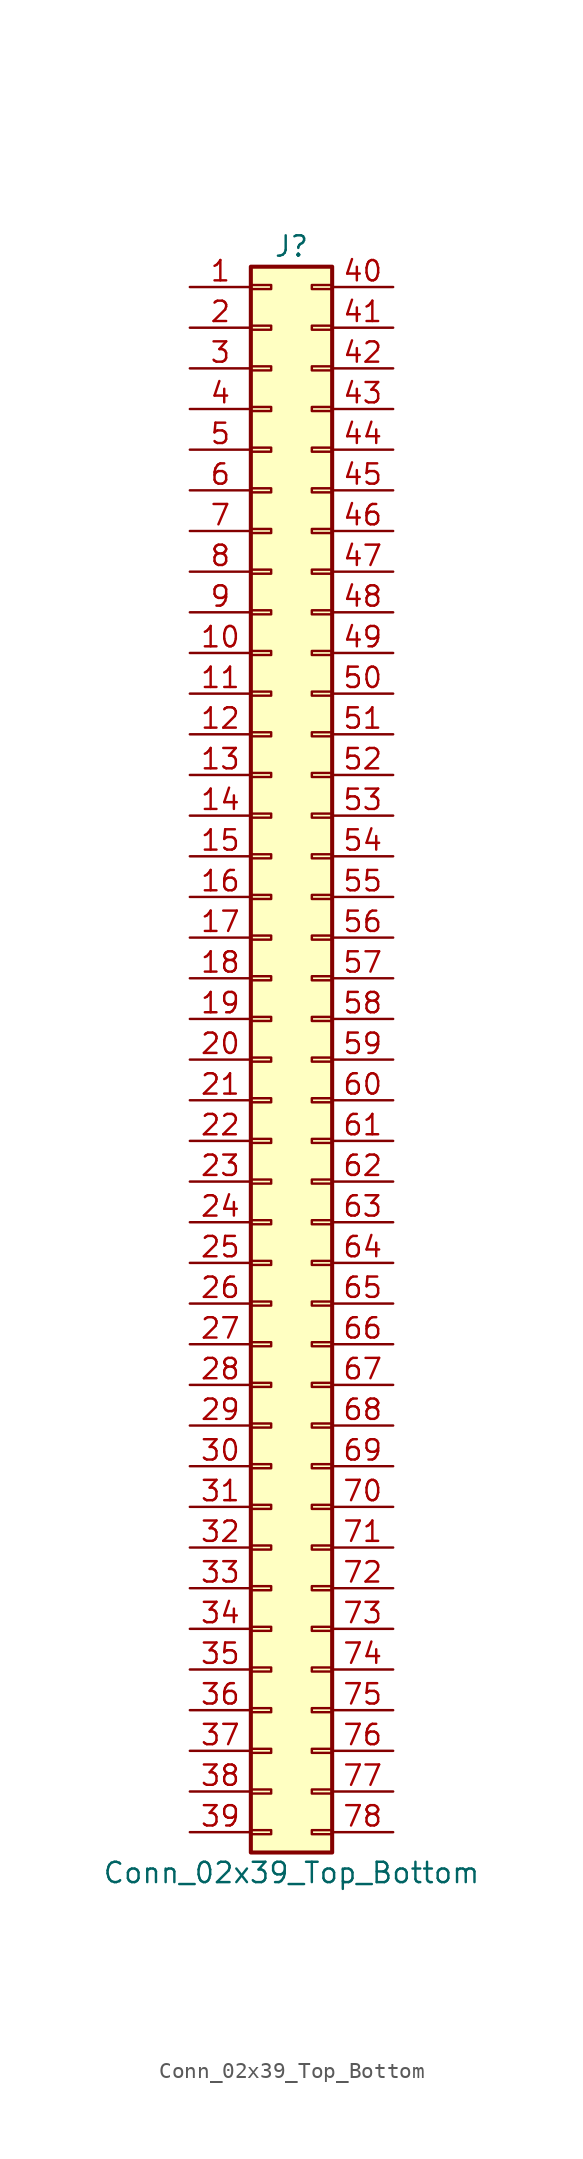
<source format=kicad_sym>
(kicad_symbol_lib
  (version 20220914)
  (generator kicad_symbol_editor)
  (symbol "Conn_02x39_Top_Bottom"
    (pin_names
      (offset 1.016) hide)
    (property "Reference" "J"
      (at 1.27 50.8 0)
      (effects (font (size 1.27 1.27))))
    (property "Value" "Conn_02x39_Top_Bottom"
      (at 1.27 -50.8 0)
      (effects (font (size 1.27 1.27))))
    (symbol "Conn_02x39_Top_Bottom_1_1"
      (rectangle (start -1.27 -48.133) (end 0 -48.387) (stroke (width 0.152) (type default)) (fill (type none)))
      (rectangle (start -1.27 -45.593) (end 0 -45.847) (stroke (width 0.152) (type default)) (fill (type none)))
      (rectangle (start -1.27 -43.053) (end 0 -43.307) (stroke (width 0.152) (type default)) (fill (type none)))
      (rectangle (start -1.27 -40.513) (end 0 -40.767) (stroke (width 0.152) (type default)) (fill (type none)))
      (rectangle (start -1.27 -37.973) (end 0 -38.227) (stroke (width 0.152) (type default)) (fill (type none)))
      (rectangle (start -1.27 -35.433) (end 0 -35.687) (stroke (width 0.152) (type default)) (fill (type none)))
      (rectangle (start -1.27 -32.893) (end 0 -33.147) (stroke (width 0.152) (type default)) (fill (type none)))
      (rectangle (start -1.27 -30.353) (end 0 -30.607) (stroke (width 0.152) (type default)) (fill (type none)))
      (rectangle (start -1.27 -27.813) (end 0 -28.067) (stroke (width 0.152) (type default)) (fill (type none)))
      (rectangle (start -1.27 -25.273) (end 0 -25.527) (stroke (width 0.152) (type default)) (fill (type none)))
      (rectangle (start -1.27 -22.733) (end 0 -22.987) (stroke (width 0.152) (type default)) (fill (type none)))
      (rectangle (start -1.27 -20.193) (end 0 -20.447) (stroke (width 0.152) (type default)) (fill (type none)))
      (rectangle (start -1.27 -17.653) (end 0 -17.907) (stroke (width 0.152) (type default)) (fill (type none)))
      (rectangle (start -1.27 -15.113) (end 0 -15.367) (stroke (width 0.152) (type default)) (fill (type none)))
      (rectangle (start -1.27 -12.573) (end 0 -12.827) (stroke (width 0.152) (type default)) (fill (type none)))
      (rectangle (start -1.27 -10.033) (end 0 -10.287) (stroke (width 0.152) (type default)) (fill (type none)))
      (rectangle (start -1.27 -7.493) (end 0 -7.747) (stroke (width 0.152) (type default)) (fill (type none)))
      (rectangle (start -1.27 -4.953) (end 0 -5.207) (stroke (width 0.152) (type default)) (fill (type none)))
      (rectangle (start -1.27 -2.413) (end 0 -2.667) (stroke (width 0.152) (type default)) (fill (type none)))
      (rectangle (start -1.27 0.127) (end 0 -0.127) (stroke (width 0.152) (type default)) (fill (type none)))
      (rectangle (start -1.27 2.667) (end 0 2.413) (stroke (width 0.152) (type default)) (fill (type none)))
      (rectangle (start -1.27 5.207) (end 0 4.953) (stroke (width 0.152) (type default)) (fill (type none)))
      (rectangle (start -1.27 7.747) (end 0 7.493) (stroke (width 0.152) (type default)) (fill (type none)))
      (rectangle (start -1.27 10.287) (end 0 10.033) (stroke (width 0.152) (type default)) (fill (type none)))
      (rectangle (start -1.27 12.827) (end 0 12.573) (stroke (width 0.152) (type default)) (fill (type none)))
      (rectangle (start -1.27 15.367) (end 0 15.113) (stroke (width 0.152) (type default)) (fill (type none)))
      (rectangle (start -1.27 17.907) (end 0 17.653) (stroke (width 0.152) (type default)) (fill (type none)))
      (rectangle (start -1.27 20.447) (end 0 20.193) (stroke (width 0.152) (type default)) (fill (type none)))
      (rectangle (start -1.27 22.987) (end 0 22.733) (stroke (width 0.152) (type default)) (fill (type none)))
      (rectangle (start -1.27 25.527) (end 0 25.273) (stroke (width 0.152) (type default)) (fill (type none)))
      (rectangle (start -1.27 28.067) (end 0 27.813) (stroke (width 0.152) (type default)) (fill (type none)))
      (rectangle (start -1.27 30.607) (end 0 30.353) (stroke (width 0.152) (type default)) (fill (type none)))
      (rectangle (start -1.27 33.147) (end 0 32.893) (stroke (width 0.152) (type default)) (fill (type none)))
      (rectangle (start -1.27 35.687) (end 0 35.433) (stroke (width 0.152) (type default)) (fill (type none)))
      (rectangle (start -1.27 38.227) (end 0 37.973) (stroke (width 0.152) (type default)) (fill (type none)))
      (rectangle (start -1.27 40.767) (end 0 40.513) (stroke (width 0.152) (type default)) (fill (type none)))
      (rectangle (start -1.27 43.307) (end 0 43.053) (stroke (width 0.152) (type default)) (fill (type none)))
      (rectangle (start -1.27 45.847) (end 0 45.593) (stroke (width 0.152) (type default)) (fill (type none)))
      (rectangle (start -1.27 48.387) (end 0 48.133) (stroke (width 0.152) (type default)) (fill (type none)))
      (rectangle (start -1.27 49.53) (end 3.81 -49.53) (stroke (width 0.254) (type default)) (fill (type background)))
      (rectangle (start 3.81 -48.133) (end 2.54 -48.387) (stroke (width 0.152) (type default)) (fill (type none)))
      (rectangle (start 3.81 -45.593) (end 2.54 -45.847) (stroke (width 0.152) (type default)) (fill (type none)))
      (rectangle (start 3.81 -43.053) (end 2.54 -43.307) (stroke (width 0.152) (type default)) (fill (type none)))
      (rectangle (start 3.81 -40.513) (end 2.54 -40.767) (stroke (width 0.152) (type default)) (fill (type none)))
      (rectangle (start 3.81 -37.973) (end 2.54 -38.227) (stroke (width 0.152) (type default)) (fill (type none)))
      (rectangle (start 3.81 -35.433) (end 2.54 -35.687) (stroke (width 0.152) (type default)) (fill (type none)))
      (rectangle (start 3.81 -32.893) (end 2.54 -33.147) (stroke (width 0.152) (type default)) (fill (type none)))
      (rectangle (start 3.81 -30.353) (end 2.54 -30.607) (stroke (width 0.152) (type default)) (fill (type none)))
      (rectangle (start 3.81 -27.813) (end 2.54 -28.067) (stroke (width 0.152) (type default)) (fill (type none)))
      (rectangle (start 3.81 -25.273) (end 2.54 -25.527) (stroke (width 0.152) (type default)) (fill (type none)))
      (rectangle (start 3.81 -22.733) (end 2.54 -22.987) (stroke (width 0.152) (type default)) (fill (type none)))
      (rectangle (start 3.81 -20.193) (end 2.54 -20.447) (stroke (width 0.152) (type default)) (fill (type none)))
      (rectangle (start 3.81 -17.653) (end 2.54 -17.907) (stroke (width 0.152) (type default)) (fill (type none)))
      (rectangle (start 3.81 -15.113) (end 2.54 -15.367) (stroke (width 0.152) (type default)) (fill (type none)))
      (rectangle (start 3.81 -12.573) (end 2.54 -12.827) (stroke (width 0.152) (type default)) (fill (type none)))
      (rectangle (start 3.81 -10.033) (end 2.54 -10.287) (stroke (width 0.152) (type default)) (fill (type none)))
      (rectangle (start 3.81 -7.493) (end 2.54 -7.747) (stroke (width 0.152) (type default)) (fill (type none)))
      (rectangle (start 3.81 -4.953) (end 2.54 -5.207) (stroke (width 0.152) (type default)) (fill (type none)))
      (rectangle (start 3.81 -2.413) (end 2.54 -2.667) (stroke (width 0.152) (type default)) (fill (type none)))
      (rectangle (start 3.81 0.127) (end 2.54 -0.127) (stroke (width 0.152) (type default)) (fill (type none)))
      (rectangle (start 3.81 2.667) (end 2.54 2.413) (stroke (width 0.152) (type default)) (fill (type none)))
      (rectangle (start 3.81 5.207) (end 2.54 4.953) (stroke (width 0.152) (type default)) (fill (type none)))
      (rectangle (start 3.81 7.747) (end 2.54 7.493) (stroke (width 0.152) (type default)) (fill (type none)))
      (rectangle (start 3.81 10.287) (end 2.54 10.033) (stroke (width 0.152) (type default)) (fill (type none)))
      (rectangle (start 3.81 12.827) (end 2.54 12.573) (stroke (width 0.152) (type default)) (fill (type none)))
      (rectangle (start 3.81 15.367) (end 2.54 15.113) (stroke (width 0.152) (type default)) (fill (type none)))
      (rectangle (start 3.81 17.907) (end 2.54 17.653) (stroke (width 0.152) (type default)) (fill (type none)))
      (rectangle (start 3.81 20.447) (end 2.54 20.193) (stroke (width 0.152) (type default)) (fill (type none)))
      (rectangle (start 3.81 22.987) (end 2.54 22.733) (stroke (width 0.152) (type default)) (fill (type none)))
      (rectangle (start 3.81 25.527) (end 2.54 25.273) (stroke (width 0.152) (type default)) (fill (type none)))
      (rectangle (start 3.81 28.067) (end 2.54 27.813) (stroke (width 0.152) (type default)) (fill (type none)))
      (rectangle (start 3.81 30.607) (end 2.54 30.353) (stroke (width 0.152) (type default)) (fill (type none)))
      (rectangle (start 3.81 33.147) (end 2.54 32.893) (stroke (width 0.152) (type default)) (fill (type none)))
      (rectangle (start 3.81 35.687) (end 2.54 35.433) (stroke (width 0.152) (type default)) (fill (type none)))
      (rectangle (start 3.81 38.227) (end 2.54 37.973) (stroke (width 0.152) (type default)) (fill (type none)))
      (rectangle (start 3.81 40.767) (end 2.54 40.513) (stroke (width 0.152) (type default)) (fill (type none)))
      (rectangle (start 3.81 43.307) (end 2.54 43.053) (stroke (width 0.152) (type default)) (fill (type none)))
      (rectangle (start 3.81 45.847) (end 2.54 45.593) (stroke (width 0.152) (type default)) (fill (type none)))
      (rectangle (start 3.81 48.387) (end 2.54 48.133) (stroke (width 0.152) (type default)) (fill (type none)))
      (pin passive line (at -5.08 48.26 0) (length 3.81) (name "Pin_1" (effects (font (size 1.27 1.27)))) (number "1" (effects (font (size 1.27 1.27)))))
      (pin passive line (at -5.08 25.4 0) (length 3.81) (name "Pin_10" (effects (font (size 1.27 1.27)))) (number "10" (effects (font (size 1.27 1.27)))))
      (pin passive line (at -5.08 22.86 0) (length 3.81) (name "Pin_11" (effects (font (size 1.27 1.27)))) (number "11" (effects (font (size 1.27 1.27)))))
      (pin passive line (at -5.08 20.32 0) (length 3.81) (name "Pin_12" (effects (font (size 1.27 1.27)))) (number "12" (effects (font (size 1.27 1.27)))))
      (pin passive line (at -5.08 17.78 0) (length 3.81) (name "Pin_13" (effects (font (size 1.27 1.27)))) (number "13" (effects (font (size 1.27 1.27)))))
      (pin passive line (at -5.08 15.24 0) (length 3.81) (name "Pin_14" (effects (font (size 1.27 1.27)))) (number "14" (effects (font (size 1.27 1.27)))))
      (pin passive line (at -5.08 12.7 0) (length 3.81) (name "Pin_15" (effects (font (size 1.27 1.27)))) (number "15" (effects (font (size 1.27 1.27)))))
      (pin passive line (at -5.08 10.16 0) (length 3.81) (name "Pin_16" (effects (font (size 1.27 1.27)))) (number "16" (effects (font (size 1.27 1.27)))))
      (pin passive line (at -5.08 7.62 0) (length 3.81) (name "Pin_17" (effects (font (size 1.27 1.27)))) (number "17" (effects (font (size 1.27 1.27)))))
      (pin passive line (at -5.08 5.08 0) (length 3.81) (name "Pin_18" (effects (font (size 1.27 1.27)))) (number "18" (effects (font (size 1.27 1.27)))))
      (pin passive line (at -5.08 2.54 0) (length 3.81) (name "Pin_19" (effects (font (size 1.27 1.27)))) (number "19" (effects (font (size 1.27 1.27)))))
      (pin passive line (at -5.08 45.72 0) (length 3.81) (name "Pin_2" (effects (font (size 1.27 1.27)))) (number "2" (effects (font (size 1.27 1.27)))))
      (pin passive line (at -5.08 0 0) (length 3.81) (name "Pin_20" (effects (font (size 1.27 1.27)))) (number "20" (effects (font (size 1.27 1.27)))))
      (pin passive line (at -5.08 -2.54 0) (length 3.81) (name "Pin_21" (effects (font (size 1.27 1.27)))) (number "21" (effects (font (size 1.27 1.27)))))
      (pin passive line (at -5.08 -5.08 0) (length 3.81) (name "Pin_22" (effects (font (size 1.27 1.27)))) (number "22" (effects (font (size 1.27 1.27)))))
      (pin passive line (at -5.08 -7.62 0) (length 3.81) (name "Pin_23" (effects (font (size 1.27 1.27)))) (number "23" (effects (font (size 1.27 1.27)))))
      (pin passive line (at -5.08 -10.16 0) (length 3.81) (name "Pin_24" (effects (font (size 1.27 1.27)))) (number "24" (effects (font (size 1.27 1.27)))))
      (pin passive line (at -5.08 -12.7 0) (length 3.81) (name "Pin_25" (effects (font (size 1.27 1.27)))) (number "25" (effects (font (size 1.27 1.27)))))
      (pin passive line (at -5.08 -15.24 0) (length 3.81) (name "Pin_26" (effects (font (size 1.27 1.27)))) (number "26" (effects (font (size 1.27 1.27)))))
      (pin passive line (at -5.08 -17.78 0) (length 3.81) (name "Pin_27" (effects (font (size 1.27 1.27)))) (number "27" (effects (font (size 1.27 1.27)))))
      (pin passive line (at -5.08 -20.32 0) (length 3.81) (name "Pin_28" (effects (font (size 1.27 1.27)))) (number "28" (effects (font (size 1.27 1.27)))))
      (pin passive line (at -5.08 -22.86 0) (length 3.81) (name "Pin_29" (effects (font (size 1.27 1.27)))) (number "29" (effects (font (size 1.27 1.27)))))
      (pin passive line (at -5.08 43.18 0) (length 3.81) (name "Pin_3" (effects (font (size 1.27 1.27)))) (number "3" (effects (font (size 1.27 1.27)))))
      (pin passive line (at -5.08 -25.4 0) (length 3.81) (name "Pin_30" (effects (font (size 1.27 1.27)))) (number "30" (effects (font (size 1.27 1.27)))))
      (pin passive line (at -5.08 -27.94 0) (length 3.81) (name "Pin_31" (effects (font (size 1.27 1.27)))) (number "31" (effects (font (size 1.27 1.27)))))
      (pin passive line (at -5.08 -30.48 0) (length 3.81) (name "Pin_32" (effects (font (size 1.27 1.27)))) (number "32" (effects (font (size 1.27 1.27)))))
      (pin passive line (at -5.08 -33.02 0) (length 3.81) (name "Pin_33" (effects (font (size 1.27 1.27)))) (number "33" (effects (font (size 1.27 1.27)))))
      (pin passive line (at -5.08 -35.56 0) (length 3.81) (name "Pin_34" (effects (font (size 1.27 1.27)))) (number "34" (effects (font (size 1.27 1.27)))))
      (pin passive line (at -5.08 -38.1 0) (length 3.81) (name "Pin_35" (effects (font (size 1.27 1.27)))) (number "35" (effects (font (size 1.27 1.27)))))
      (pin passive line (at -5.08 -40.64 0) (length 3.81) (name "Pin_36" (effects (font (size 1.27 1.27)))) (number "36" (effects (font (size 1.27 1.27)))))
      (pin passive line (at -5.08 -43.18 0) (length 3.81) (name "Pin_37" (effects (font (size 1.27 1.27)))) (number "37" (effects (font (size 1.27 1.27)))))
      (pin passive line (at -5.08 -45.72 0) (length 3.81) (name "Pin_38" (effects (font (size 1.27 1.27)))) (number "38" (effects (font (size 1.27 1.27)))))
      (pin passive line (at -5.08 -48.26 0) (length 3.81) (name "Pin_39" (effects (font (size 1.27 1.27)))) (number "39" (effects (font (size 1.27 1.27)))))
      (pin passive line (at -5.08 40.64 0) (length 3.81) (name "Pin_4" (effects (font (size 1.27 1.27)))) (number "4" (effects (font (size 1.27 1.27)))))
      (pin passive line (at 7.62 48.26 180) (length 3.81) (name "Pin_40" (effects (font (size 1.27 1.27)))) (number "40" (effects (font (size 1.27 1.27)))))
      (pin passive line (at 7.62 45.72 180) (length 3.81) (name "Pin_41" (effects (font (size 1.27 1.27)))) (number "41" (effects (font (size 1.27 1.27)))))
      (pin passive line (at 7.62 43.18 180) (length 3.81) (name "Pin_42" (effects (font (size 1.27 1.27)))) (number "42" (effects (font (size 1.27 1.27)))))
      (pin passive line (at 7.62 40.64 180) (length 3.81) (name "Pin_43" (effects (font (size 1.27 1.27)))) (number "43" (effects (font (size 1.27 1.27)))))
      (pin passive line (at 7.62 38.1 180) (length 3.81) (name "Pin_44" (effects (font (size 1.27 1.27)))) (number "44" (effects (font (size 1.27 1.27)))))
      (pin passive line (at 7.62 35.56 180) (length 3.81) (name "Pin_45" (effects (font (size 1.27 1.27)))) (number "45" (effects (font (size 1.27 1.27)))))
      (pin passive line (at 7.62 33.02 180) (length 3.81) (name "Pin_46" (effects (font (size 1.27 1.27)))) (number "46" (effects (font (size 1.27 1.27)))))
      (pin passive line (at 7.62 30.48 180) (length 3.81) (name "Pin_47" (effects (font (size 1.27 1.27)))) (number "47" (effects (font (size 1.27 1.27)))))
      (pin passive line (at 7.62 27.94 180) (length 3.81) (name "Pin_48" (effects (font (size 1.27 1.27)))) (number "48" (effects (font (size 1.27 1.27)))))
      (pin passive line (at 7.62 25.4 180) (length 3.81) (name "Pin_49" (effects (font (size 1.27 1.27)))) (number "49" (effects (font (size 1.27 1.27)))))
      (pin passive line (at -5.08 38.1 0) (length 3.81) (name "Pin_5" (effects (font (size 1.27 1.27)))) (number "5" (effects (font (size 1.27 1.27)))))
      (pin passive line (at 7.62 22.86 180) (length 3.81) (name "Pin_50" (effects (font (size 1.27 1.27)))) (number "50" (effects (font (size 1.27 1.27)))))
      (pin passive line (at 7.62 20.32 180) (length 3.81) (name "Pin_51" (effects (font (size 1.27 1.27)))) (number "51" (effects (font (size 1.27 1.27)))))
      (pin passive line (at 7.62 17.78 180) (length 3.81) (name "Pin_52" (effects (font (size 1.27 1.27)))) (number "52" (effects (font (size 1.27 1.27)))))
      (pin passive line (at 7.62 15.24 180) (length 3.81) (name "Pin_53" (effects (font (size 1.27 1.27)))) (number "53" (effects (font (size 1.27 1.27)))))
      (pin passive line (at 7.62 12.7 180) (length 3.81) (name "Pin_54" (effects (font (size 1.27 1.27)))) (number "54" (effects (font (size 1.27 1.27)))))
      (pin passive line (at 7.62 10.16 180) (length 3.81) (name "Pin_55" (effects (font (size 1.27 1.27)))) (number "55" (effects (font (size 1.27 1.27)))))
      (pin passive line (at 7.62 7.62 180) (length 3.81) (name "Pin_56" (effects (font (size 1.27 1.27)))) (number "56" (effects (font (size 1.27 1.27)))))
      (pin passive line (at 7.62 5.08 180) (length 3.81) (name "Pin_57" (effects (font (size 1.27 1.27)))) (number "57" (effects (font (size 1.27 1.27)))))
      (pin passive line (at 7.62 2.54 180) (length 3.81) (name "Pin_58" (effects (font (size 1.27 1.27)))) (number "58" (effects (font (size 1.27 1.27)))))
      (pin passive line (at 7.62 0 180) (length 3.81) (name "Pin_59" (effects (font (size 1.27 1.27)))) (number "59" (effects (font (size 1.27 1.27)))))
      (pin passive line (at -5.08 35.56 0) (length 3.81) (name "Pin_6" (effects (font (size 1.27 1.27)))) (number "6" (effects (font (size 1.27 1.27)))))
      (pin passive line (at 7.62 -2.54 180) (length 3.81) (name "Pin_60" (effects (font (size 1.27 1.27)))) (number "60" (effects (font (size 1.27 1.27)))))
      (pin passive line (at 7.62 -5.08 180) (length 3.81) (name "Pin_61" (effects (font (size 1.27 1.27)))) (number "61" (effects (font (size 1.27 1.27)))))
      (pin passive line (at 7.62 -7.62 180) (length 3.81) (name "Pin_62" (effects (font (size 1.27 1.27)))) (number "62" (effects (font (size 1.27 1.27)))))
      (pin passive line (at 7.62 -10.16 180) (length 3.81) (name "Pin_63" (effects (font (size 1.27 1.27)))) (number "63" (effects (font (size 1.27 1.27)))))
      (pin passive line (at 7.62 -12.7 180) (length 3.81) (name "Pin_64" (effects (font (size 1.27 1.27)))) (number "64" (effects (font (size 1.27 1.27)))))
      (pin passive line (at 7.62 -15.24 180) (length 3.81) (name "Pin_65" (effects (font (size 1.27 1.27)))) (number "65" (effects (font (size 1.27 1.27)))))
      (pin passive line (at 7.62 -17.78 180) (length 3.81) (name "Pin_66" (effects (font (size 1.27 1.27)))) (number "66" (effects (font (size 1.27 1.27)))))
      (pin passive line (at 7.62 -20.32 180) (length 3.81) (name "Pin_67" (effects (font (size 1.27 1.27)))) (number "67" (effects (font (size 1.27 1.27)))))
      (pin passive line (at 7.62 -22.86 180) (length 3.81) (name "Pin_68" (effects (font (size 1.27 1.27)))) (number "68" (effects (font (size 1.27 1.27)))))
      (pin passive line (at 7.62 -25.4 180) (length 3.81) (name "Pin_69" (effects (font (size 1.27 1.27)))) (number "69" (effects (font (size 1.27 1.27)))))
      (pin passive line (at -5.08 33.02 0) (length 3.81) (name "Pin_7" (effects (font (size 1.27 1.27)))) (number "7" (effects (font (size 1.27 1.27)))))
      (pin passive line (at 7.62 -27.94 180) (length 3.81) (name "Pin_70" (effects (font (size 1.27 1.27)))) (number "70" (effects (font (size 1.27 1.27)))))
      (pin passive line (at 7.62 -30.48 180) (length 3.81) (name "Pin_71" (effects (font (size 1.27 1.27)))) (number "71" (effects (font (size 1.27 1.27)))))
      (pin passive line (at 7.62 -33.02 180) (length 3.81) (name "Pin_72" (effects (font (size 1.27 1.27)))) (number "72" (effects (font (size 1.27 1.27)))))
      (pin passive line (at 7.62 -35.56 180) (length 3.81) (name "Pin_73" (effects (font (size 1.27 1.27)))) (number "73" (effects (font (size 1.27 1.27)))))
      (pin passive line (at 7.62 -38.1 180) (length 3.81) (name "Pin_74" (effects (font (size 1.27 1.27)))) (number "74" (effects (font (size 1.27 1.27)))))
      (pin passive line (at 7.62 -40.64 180) (length 3.81) (name "Pin_75" (effects (font (size 1.27 1.27)))) (number "75" (effects (font (size 1.27 1.27)))))
      (pin passive line (at 7.62 -43.18 180) (length 3.81) (name "Pin_76" (effects (font (size 1.27 1.27)))) (number "76" (effects (font (size 1.27 1.27)))))
      (pin passive line (at 7.62 -45.72 180) (length 3.81) (name "Pin_77" (effects (font (size 1.27 1.27)))) (number "77" (effects (font (size 1.27 1.27)))))
      (pin passive line (at 7.62 -48.26 180) (length 3.81) (name "Pin_78" (effects (font (size 1.27 1.27)))) (number "78" (effects (font (size 1.27 1.27)))))
      (pin passive line (at -5.08 30.48 0) (length 3.81) (name "Pin_8" (effects (font (size 1.27 1.27)))) (number "8" (effects (font (size 1.27 1.27)))))
      (pin passive line (at -5.08 27.94 0) (length 3.81) (name "Pin_9" (effects (font (size 1.27 1.27)))) (number "9" (effects (font (size 1.27 1.27))))))))
</source>
